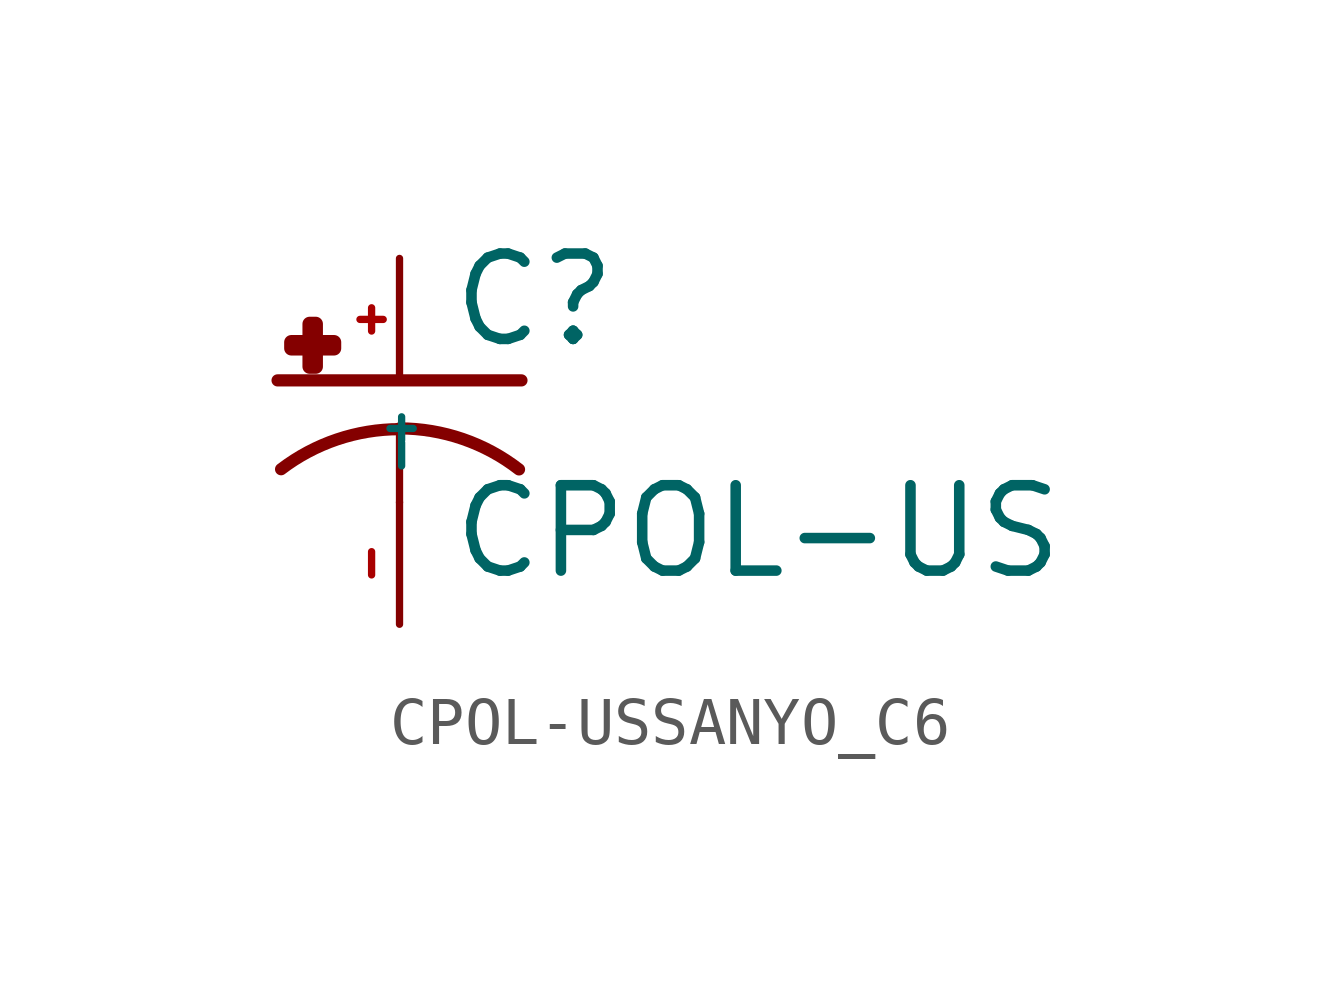
<source format=kicad_sym>
(kicad_symbol_lib
  (version 20220914)
  (generator Eagle2Kicad)
  (symbol "CPOL-USSANYO_C6"
    (property "Reference" "C"
      (at 1.016 0.635 0)
      (effects (font (size 1.778 1.778) (thickness 0.22)) (justify left bottom)))
    (property "Value" "CPOL-US"
      (at 1.016 -4.191 0)
      (effects (font (size 1.778 1.778) (thickness 0.22)) (justify left bottom)))
    (polyline
      (pts (xy -2.54 0) (xy 2.54 0))
      (stroke (width 0.254) (type default))
      (fill (type none)))
    (polyline
      (pts (xy 0 -1.016) (xy 0 -2.54))
      (stroke (width 0.152) (type default))
      (fill (type none)))
    (arc
      (start 2.4892 -1.8542)
      (mid 1.316 -1.220)
      (end 0 -1)
      (stroke (width 0.254) (type default))
      (fill (type none)))
    (arc
      (start 0 -1.0161)
      (mid -1.302 -1.230)
      (end -2.4669 -1.8504)
      (stroke (width 0.254) (type default))
      (fill (type none)))
    (rectangle
      (start -2.253 0.668)
      (end -1.364 0.795)
      (stroke (width 0.3) (type default))
      (fill (type outline)))
    (rectangle
      (start -1.872 0.287)
      (end -1.745 1.176)
      (stroke (width 0.3) (type default))
      (fill (type outline)))
    (pin passive line
      (at 0 2.54 270)
      (length 2.54)
      (name "+" (effects (font (size 0.635 0.635) (thickness 0.08)) (justify left bottom)))
      (number "+" (effects (font (size 0.635 0.635) (thickness 0.08)) (justify left bottom))))
    (pin passive line
      (at 0 -5.08 90)
      (length 2.54)
      (name "-" (effects (font (size 0.635 0.635) (thickness 0.08)) (justify left bottom)))
      (number "-" (effects (font (size 0.635 0.635) (thickness 0.08)) (justify left bottom))))))
</source>
